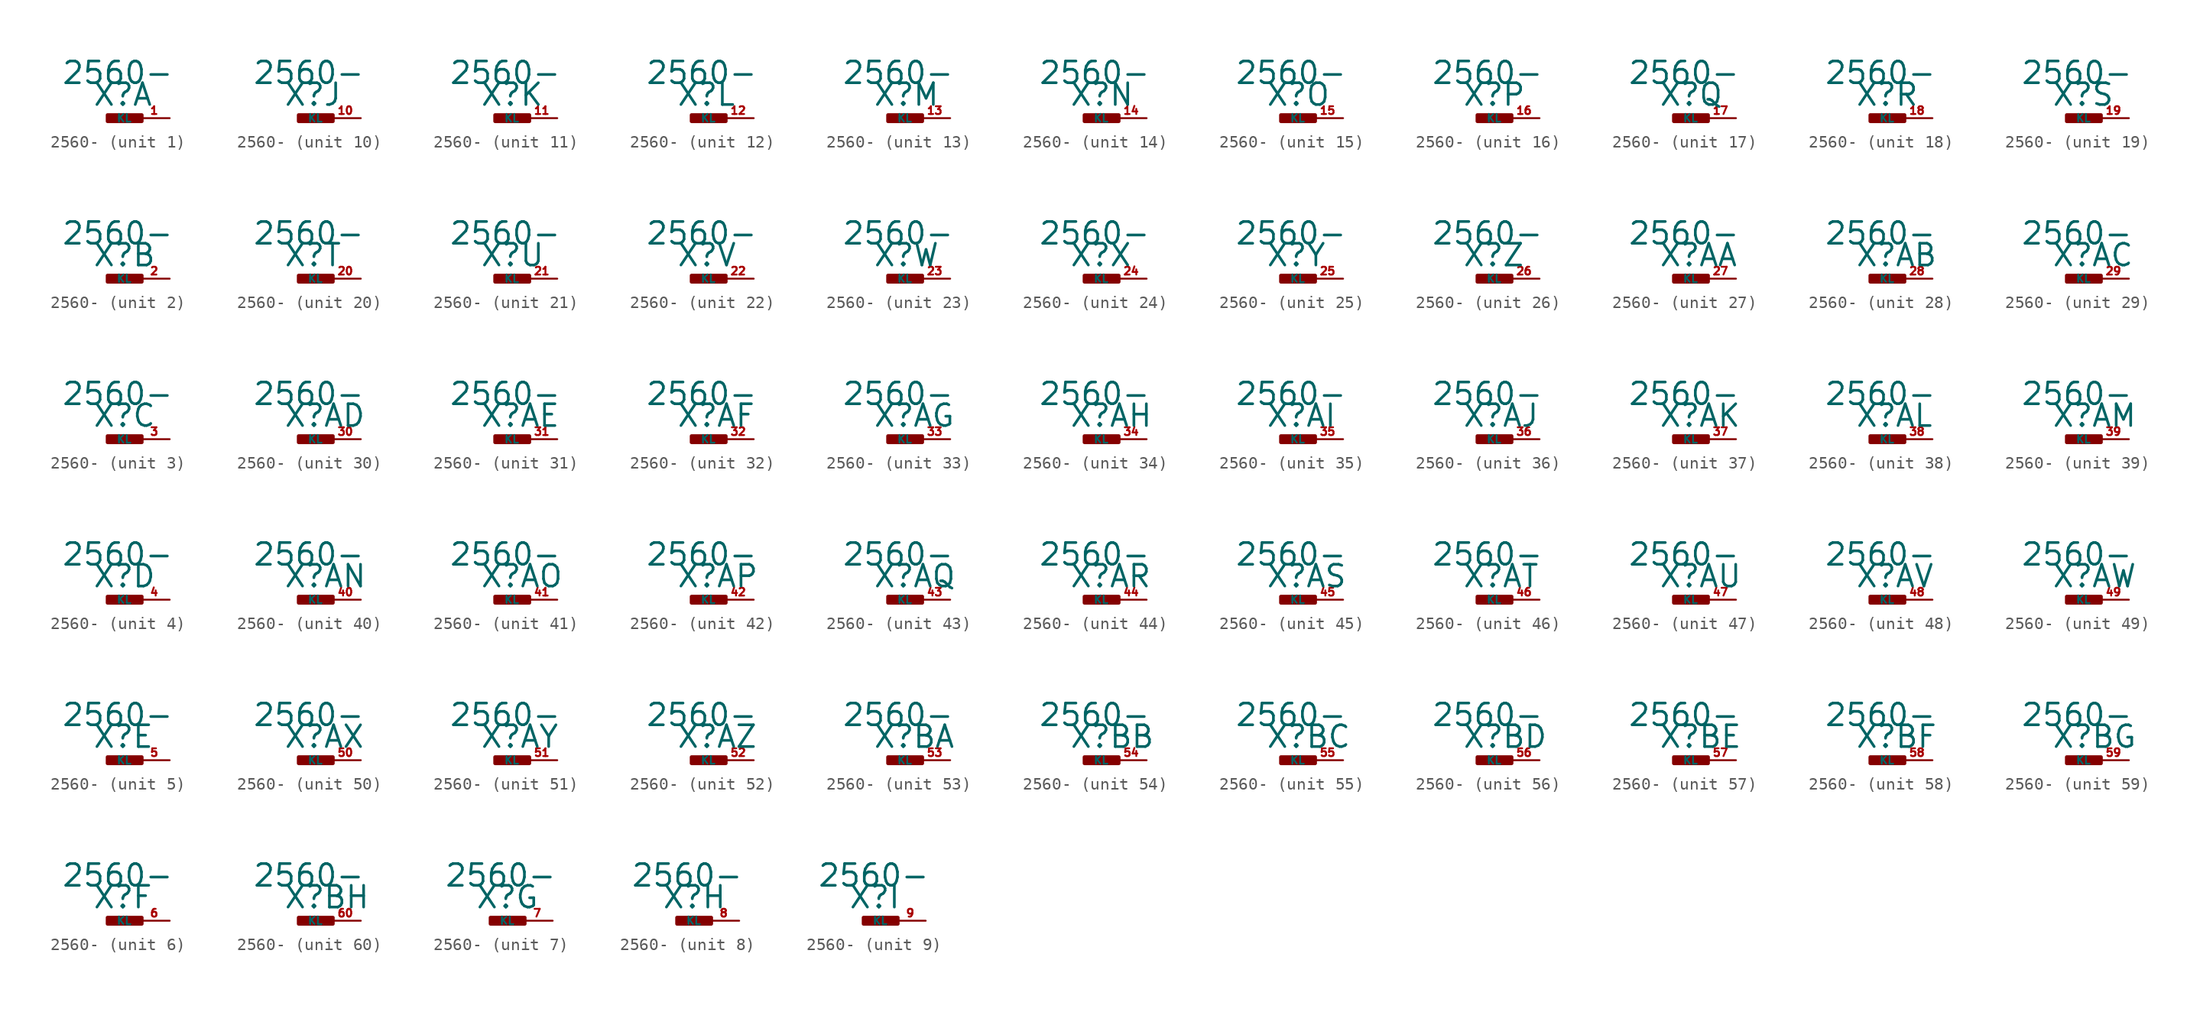
<source format=kicad_sym>
(kicad_symbol_lib
  (version 20220914)
  (generator Eagle2Kicad)
  (symbol "2560-"
    (property "Reference" "X"
      (at -1.27 0.889 0)
      (effects (font (size 1.778 1.778) (thickness 0.22)) (justify left bottom)))
    (property "Value" "2560-"
      (at -3.81 2.667 0)
      (effects (font (size 1.778 1.778) (thickness 0.22)) (justify left bottom)))
    (symbol "2560-_1_0"
      (rectangle (start 0 -0.254) (end 2.794 0.254) (stroke (width 0.3) (type default)) (fill (type outline)))
      (pin passive line (at 5.08 0 180) (length 2.54) (name "KL" (effects (font (size 0.635 0.635) (thickness 0.08)) (justify left bottom))) (number "1" (effects (font (size 0.635 0.635) (thickness 0.08)) (justify left bottom)))))
    (symbol "2560-_2_0"
      (rectangle (start 0 -0.254) (end 2.794 0.254) (stroke (width 0.3) (type default)) (fill (type outline)))
      (pin passive line (at 5.08 0 180) (length 2.54) (name "KL" (effects (font (size 0.635 0.635) (thickness 0.08)) (justify left bottom))) (number "2" (effects (font (size 0.635 0.635) (thickness 0.08)) (justify left bottom)))))
    (symbol "2560-_3_0"
      (rectangle (start 0 -0.254) (end 2.794 0.254) (stroke (width 0.3) (type default)) (fill (type outline)))
      (pin passive line (at 5.08 0 180) (length 2.54) (name "KL" (effects (font (size 0.635 0.635) (thickness 0.08)) (justify left bottom))) (number "3" (effects (font (size 0.635 0.635) (thickness 0.08)) (justify left bottom)))))
    (symbol "2560-_4_0"
      (rectangle (start 0 -0.254) (end 2.794 0.254) (stroke (width 0.3) (type default)) (fill (type outline)))
      (pin passive line (at 5.08 0 180) (length 2.54) (name "KL" (effects (font (size 0.635 0.635) (thickness 0.08)) (justify left bottom))) (number "4" (effects (font (size 0.635 0.635) (thickness 0.08)) (justify left bottom)))))
    (symbol "2560-_5_0"
      (rectangle (start 0 -0.254) (end 2.794 0.254) (stroke (width 0.3) (type default)) (fill (type outline)))
      (pin passive line (at 5.08 0 180) (length 2.54) (name "KL" (effects (font (size 0.635 0.635) (thickness 0.08)) (justify left bottom))) (number "5" (effects (font (size 0.635 0.635) (thickness 0.08)) (justify left bottom)))))
    (symbol "2560-_6_0"
      (rectangle (start 0 -0.254) (end 2.794 0.254) (stroke (width 0.3) (type default)) (fill (type outline)))
      (pin passive line (at 5.08 0 180) (length 2.54) (name "KL" (effects (font (size 0.635 0.635) (thickness 0.08)) (justify left bottom))) (number "6" (effects (font (size 0.635 0.635) (thickness 0.08)) (justify left bottom)))))
    (symbol "2560-_7_0"
      (rectangle (start 0 -0.254) (end 2.794 0.254) (stroke (width 0.3) (type default)) (fill (type outline)))
      (pin passive line (at 5.08 0 180) (length 2.54) (name "KL" (effects (font (size 0.635 0.635) (thickness 0.08)) (justify left bottom))) (number "7" (effects (font (size 0.635 0.635) (thickness 0.08)) (justify left bottom)))))
    (symbol "2560-_8_0"
      (rectangle (start 0 -0.254) (end 2.794 0.254) (stroke (width 0.3) (type default)) (fill (type outline)))
      (pin passive line (at 5.08 0 180) (length 2.54) (name "KL" (effects (font (size 0.635 0.635) (thickness 0.08)) (justify left bottom))) (number "8" (effects (font (size 0.635 0.635) (thickness 0.08)) (justify left bottom)))))
    (symbol "2560-_9_0"
      (rectangle (start 0 -0.254) (end 2.794 0.254) (stroke (width 0.3) (type default)) (fill (type outline)))
      (pin passive line (at 5.08 0 180) (length 2.54) (name "KL" (effects (font (size 0.635 0.635) (thickness 0.08)) (justify left bottom))) (number "9" (effects (font (size 0.635 0.635) (thickness 0.08)) (justify left bottom)))))
    (symbol "2560-_10_0"
      (rectangle (start 0 -0.254) (end 2.794 0.254) (stroke (width 0.3) (type default)) (fill (type outline)))
      (pin passive line (at 5.08 0 180) (length 2.54) (name "KL" (effects (font (size 0.635 0.635) (thickness 0.08)) (justify left bottom))) (number "10" (effects (font (size 0.635 0.635) (thickness 0.08)) (justify left bottom)))))
    (symbol "2560-_11_0"
      (rectangle (start 0 -0.254) (end 2.794 0.254) (stroke (width 0.3) (type default)) (fill (type outline)))
      (pin passive line (at 5.08 0 180) (length 2.54) (name "KL" (effects (font (size 0.635 0.635) (thickness 0.08)) (justify left bottom))) (number "11" (effects (font (size 0.635 0.635) (thickness 0.08)) (justify left bottom)))))
    (symbol "2560-_12_0"
      (rectangle (start 0 -0.254) (end 2.794 0.254) (stroke (width 0.3) (type default)) (fill (type outline)))
      (pin passive line (at 5.08 0 180) (length 2.54) (name "KL" (effects (font (size 0.635 0.635) (thickness 0.08)) (justify left bottom))) (number "12" (effects (font (size 0.635 0.635) (thickness 0.08)) (justify left bottom)))))
    (symbol "2560-_13_0"
      (rectangle (start 0 -0.254) (end 2.794 0.254) (stroke (width 0.3) (type default)) (fill (type outline)))
      (pin passive line (at 5.08 0 180) (length 2.54) (name "KL" (effects (font (size 0.635 0.635) (thickness 0.08)) (justify left bottom))) (number "13" (effects (font (size 0.635 0.635) (thickness 0.08)) (justify left bottom)))))
    (symbol "2560-_14_0"
      (rectangle (start 0 -0.254) (end 2.794 0.254) (stroke (width 0.3) (type default)) (fill (type outline)))
      (pin passive line (at 5.08 0 180) (length 2.54) (name "KL" (effects (font (size 0.635 0.635) (thickness 0.08)) (justify left bottom))) (number "14" (effects (font (size 0.635 0.635) (thickness 0.08)) (justify left bottom)))))
    (symbol "2560-_15_0"
      (rectangle (start 0 -0.254) (end 2.794 0.254) (stroke (width 0.3) (type default)) (fill (type outline)))
      (pin passive line (at 5.08 0 180) (length 2.54) (name "KL" (effects (font (size 0.635 0.635) (thickness 0.08)) (justify left bottom))) (number "15" (effects (font (size 0.635 0.635) (thickness 0.08)) (justify left bottom)))))
    (symbol "2560-_16_0"
      (rectangle (start 0 -0.254) (end 2.794 0.254) (stroke (width 0.3) (type default)) (fill (type outline)))
      (pin passive line (at 5.08 0 180) (length 2.54) (name "KL" (effects (font (size 0.635 0.635) (thickness 0.08)) (justify left bottom))) (number "16" (effects (font (size 0.635 0.635) (thickness 0.08)) (justify left bottom)))))
    (symbol "2560-_17_0"
      (rectangle (start 0 -0.254) (end 2.794 0.254) (stroke (width 0.3) (type default)) (fill (type outline)))
      (pin passive line (at 5.08 0 180) (length 2.54) (name "KL" (effects (font (size 0.635 0.635) (thickness 0.08)) (justify left bottom))) (number "17" (effects (font (size 0.635 0.635) (thickness 0.08)) (justify left bottom)))))
    (symbol "2560-_18_0"
      (rectangle (start 0 -0.254) (end 2.794 0.254) (stroke (width 0.3) (type default)) (fill (type outline)))
      (pin passive line (at 5.08 0 180) (length 2.54) (name "KL" (effects (font (size 0.635 0.635) (thickness 0.08)) (justify left bottom))) (number "18" (effects (font (size 0.635 0.635) (thickness 0.08)) (justify left bottom)))))
    (symbol "2560-_19_0"
      (rectangle (start 0 -0.254) (end 2.794 0.254) (stroke (width 0.3) (type default)) (fill (type outline)))
      (pin passive line (at 5.08 0 180) (length 2.54) (name "KL" (effects (font (size 0.635 0.635) (thickness 0.08)) (justify left bottom))) (number "19" (effects (font (size 0.635 0.635) (thickness 0.08)) (justify left bottom)))))
    (symbol "2560-_20_0"
      (rectangle (start 0 -0.254) (end 2.794 0.254) (stroke (width 0.3) (type default)) (fill (type outline)))
      (pin passive line (at 5.08 0 180) (length 2.54) (name "KL" (effects (font (size 0.635 0.635) (thickness 0.08)) (justify left bottom))) (number "20" (effects (font (size 0.635 0.635) (thickness 0.08)) (justify left bottom)))))
    (symbol "2560-_21_0"
      (rectangle (start 0 -0.254) (end 2.794 0.254) (stroke (width 0.3) (type default)) (fill (type outline)))
      (pin passive line (at 5.08 0 180) (length 2.54) (name "KL" (effects (font (size 0.635 0.635) (thickness 0.08)) (justify left bottom))) (number "21" (effects (font (size 0.635 0.635) (thickness 0.08)) (justify left bottom)))))
    (symbol "2560-_22_0"
      (rectangle (start 0 -0.254) (end 2.794 0.254) (stroke (width 0.3) (type default)) (fill (type outline)))
      (pin passive line (at 5.08 0 180) (length 2.54) (name "KL" (effects (font (size 0.635 0.635) (thickness 0.08)) (justify left bottom))) (number "22" (effects (font (size 0.635 0.635) (thickness 0.08)) (justify left bottom)))))
    (symbol "2560-_23_0"
      (rectangle (start 0 -0.254) (end 2.794 0.254) (stroke (width 0.3) (type default)) (fill (type outline)))
      (pin passive line (at 5.08 0 180) (length 2.54) (name "KL" (effects (font (size 0.635 0.635) (thickness 0.08)) (justify left bottom))) (number "23" (effects (font (size 0.635 0.635) (thickness 0.08)) (justify left bottom)))))
    (symbol "2560-_24_0"
      (rectangle (start 0 -0.254) (end 2.794 0.254) (stroke (width 0.3) (type default)) (fill (type outline)))
      (pin passive line (at 5.08 0 180) (length 2.54) (name "KL" (effects (font (size 0.635 0.635) (thickness 0.08)) (justify left bottom))) (number "24" (effects (font (size 0.635 0.635) (thickness 0.08)) (justify left bottom)))))
    (symbol "2560-_25_0"
      (rectangle (start 0 -0.254) (end 2.794 0.254) (stroke (width 0.3) (type default)) (fill (type outline)))
      (pin passive line (at 5.08 0 180) (length 2.54) (name "KL" (effects (font (size 0.635 0.635) (thickness 0.08)) (justify left bottom))) (number "25" (effects (font (size 0.635 0.635) (thickness 0.08)) (justify left bottom)))))
    (symbol "2560-_26_0"
      (rectangle (start 0 -0.254) (end 2.794 0.254) (stroke (width 0.3) (type default)) (fill (type outline)))
      (pin passive line (at 5.08 0 180) (length 2.54) (name "KL" (effects (font (size 0.635 0.635) (thickness 0.08)) (justify left bottom))) (number "26" (effects (font (size 0.635 0.635) (thickness 0.08)) (justify left bottom)))))
    (symbol "2560-_27_0"
      (rectangle (start 0 -0.254) (end 2.794 0.254) (stroke (width 0.3) (type default)) (fill (type outline)))
      (pin passive line (at 5.08 0 180) (length 2.54) (name "KL" (effects (font (size 0.635 0.635) (thickness 0.08)) (justify left bottom))) (number "27" (effects (font (size 0.635 0.635) (thickness 0.08)) (justify left bottom)))))
    (symbol "2560-_28_0"
      (rectangle (start 0 -0.254) (end 2.794 0.254) (stroke (width 0.3) (type default)) (fill (type outline)))
      (pin passive line (at 5.08 0 180) (length 2.54) (name "KL" (effects (font (size 0.635 0.635) (thickness 0.08)) (justify left bottom))) (number "28" (effects (font (size 0.635 0.635) (thickness 0.08)) (justify left bottom)))))
    (symbol "2560-_29_0"
      (rectangle (start 0 -0.254) (end 2.794 0.254) (stroke (width 0.3) (type default)) (fill (type outline)))
      (pin passive line (at 5.08 0 180) (length 2.54) (name "KL" (effects (font (size 0.635 0.635) (thickness 0.08)) (justify left bottom))) (number "29" (effects (font (size 0.635 0.635) (thickness 0.08)) (justify left bottom)))))
    (symbol "2560-_30_0"
      (rectangle (start 0 -0.254) (end 2.794 0.254) (stroke (width 0.3) (type default)) (fill (type outline)))
      (pin passive line (at 5.08 0 180) (length 2.54) (name "KL" (effects (font (size 0.635 0.635) (thickness 0.08)) (justify left bottom))) (number "30" (effects (font (size 0.635 0.635) (thickness 0.08)) (justify left bottom)))))
    (symbol "2560-_31_0"
      (rectangle (start 0 -0.254) (end 2.794 0.254) (stroke (width 0.3) (type default)) (fill (type outline)))
      (pin passive line (at 5.08 0 180) (length 2.54) (name "KL" (effects (font (size 0.635 0.635) (thickness 0.08)) (justify left bottom))) (number "31" (effects (font (size 0.635 0.635) (thickness 0.08)) (justify left bottom)))))
    (symbol "2560-_32_0"
      (rectangle (start 0 -0.254) (end 2.794 0.254) (stroke (width 0.3) (type default)) (fill (type outline)))
      (pin passive line (at 5.08 0 180) (length 2.54) (name "KL" (effects (font (size 0.635 0.635) (thickness 0.08)) (justify left bottom))) (number "32" (effects (font (size 0.635 0.635) (thickness 0.08)) (justify left bottom)))))
    (symbol "2560-_33_0"
      (rectangle (start 0 -0.254) (end 2.794 0.254) (stroke (width 0.3) (type default)) (fill (type outline)))
      (pin passive line (at 5.08 0 180) (length 2.54) (name "KL" (effects (font (size 0.635 0.635) (thickness 0.08)) (justify left bottom))) (number "33" (effects (font (size 0.635 0.635) (thickness 0.08)) (justify left bottom)))))
    (symbol "2560-_34_0"
      (rectangle (start 0 -0.254) (end 2.794 0.254) (stroke (width 0.3) (type default)) (fill (type outline)))
      (pin passive line (at 5.08 0 180) (length 2.54) (name "KL" (effects (font (size 0.635 0.635) (thickness 0.08)) (justify left bottom))) (number "34" (effects (font (size 0.635 0.635) (thickness 0.08)) (justify left bottom)))))
    (symbol "2560-_35_0"
      (rectangle (start 0 -0.254) (end 2.794 0.254) (stroke (width 0.3) (type default)) (fill (type outline)))
      (pin passive line (at 5.08 0 180) (length 2.54) (name "KL" (effects (font (size 0.635 0.635) (thickness 0.08)) (justify left bottom))) (number "35" (effects (font (size 0.635 0.635) (thickness 0.08)) (justify left bottom)))))
    (symbol "2560-_36_0"
      (rectangle (start 0 -0.254) (end 2.794 0.254) (stroke (width 0.3) (type default)) (fill (type outline)))
      (pin passive line (at 5.08 0 180) (length 2.54) (name "KL" (effects (font (size 0.635 0.635) (thickness 0.08)) (justify left bottom))) (number "36" (effects (font (size 0.635 0.635) (thickness 0.08)) (justify left bottom)))))
    (symbol "2560-_37_0"
      (rectangle (start 0 -0.254) (end 2.794 0.254) (stroke (width 0.3) (type default)) (fill (type outline)))
      (pin passive line (at 5.08 0 180) (length 2.54) (name "KL" (effects (font (size 0.635 0.635) (thickness 0.08)) (justify left bottom))) (number "37" (effects (font (size 0.635 0.635) (thickness 0.08)) (justify left bottom)))))
    (symbol "2560-_38_0"
      (rectangle (start 0 -0.254) (end 2.794 0.254) (stroke (width 0.3) (type default)) (fill (type outline)))
      (pin passive line (at 5.08 0 180) (length 2.54) (name "KL" (effects (font (size 0.635 0.635) (thickness 0.08)) (justify left bottom))) (number "38" (effects (font (size 0.635 0.635) (thickness 0.08)) (justify left bottom)))))
    (symbol "2560-_39_0"
      (rectangle (start 0 -0.254) (end 2.794 0.254) (stroke (width 0.3) (type default)) (fill (type outline)))
      (pin passive line (at 5.08 0 180) (length 2.54) (name "KL" (effects (font (size 0.635 0.635) (thickness 0.08)) (justify left bottom))) (number "39" (effects (font (size 0.635 0.635) (thickness 0.08)) (justify left bottom)))))
    (symbol "2560-_40_0"
      (rectangle (start 0 -0.254) (end 2.794 0.254) (stroke (width 0.3) (type default)) (fill (type outline)))
      (pin passive line (at 5.08 0 180) (length 2.54) (name "KL" (effects (font (size 0.635 0.635) (thickness 0.08)) (justify left bottom))) (number "40" (effects (font (size 0.635 0.635) (thickness 0.08)) (justify left bottom)))))
    (symbol "2560-_41_0"
      (rectangle (start 0 -0.254) (end 2.794 0.254) (stroke (width 0.3) (type default)) (fill (type outline)))
      (pin passive line (at 5.08 0 180) (length 2.54) (name "KL" (effects (font (size 0.635 0.635) (thickness 0.08)) (justify left bottom))) (number "41" (effects (font (size 0.635 0.635) (thickness 0.08)) (justify left bottom)))))
    (symbol "2560-_42_0"
      (rectangle (start 0 -0.254) (end 2.794 0.254) (stroke (width 0.3) (type default)) (fill (type outline)))
      (pin passive line (at 5.08 0 180) (length 2.54) (name "KL" (effects (font (size 0.635 0.635) (thickness 0.08)) (justify left bottom))) (number "42" (effects (font (size 0.635 0.635) (thickness 0.08)) (justify left bottom)))))
    (symbol "2560-_43_0"
      (rectangle (start 0 -0.254) (end 2.794 0.254) (stroke (width 0.3) (type default)) (fill (type outline)))
      (pin passive line (at 5.08 0 180) (length 2.54) (name "KL" (effects (font (size 0.635 0.635) (thickness 0.08)) (justify left bottom))) (number "43" (effects (font (size 0.635 0.635) (thickness 0.08)) (justify left bottom)))))
    (symbol "2560-_44_0"
      (rectangle (start 0 -0.254) (end 2.794 0.254) (stroke (width 0.3) (type default)) (fill (type outline)))
      (pin passive line (at 5.08 0 180) (length 2.54) (name "KL" (effects (font (size 0.635 0.635) (thickness 0.08)) (justify left bottom))) (number "44" (effects (font (size 0.635 0.635) (thickness 0.08)) (justify left bottom)))))
    (symbol "2560-_45_0"
      (rectangle (start 0 -0.254) (end 2.794 0.254) (stroke (width 0.3) (type default)) (fill (type outline)))
      (pin passive line (at 5.08 0 180) (length 2.54) (name "KL" (effects (font (size 0.635 0.635) (thickness 0.08)) (justify left bottom))) (number "45" (effects (font (size 0.635 0.635) (thickness 0.08)) (justify left bottom)))))
    (symbol "2560-_46_0"
      (rectangle (start 0 -0.254) (end 2.794 0.254) (stroke (width 0.3) (type default)) (fill (type outline)))
      (pin passive line (at 5.08 0 180) (length 2.54) (name "KL" (effects (font (size 0.635 0.635) (thickness 0.08)) (justify left bottom))) (number "46" (effects (font (size 0.635 0.635) (thickness 0.08)) (justify left bottom)))))
    (symbol "2560-_47_0"
      (rectangle (start 0 -0.254) (end 2.794 0.254) (stroke (width 0.3) (type default)) (fill (type outline)))
      (pin passive line (at 5.08 0 180) (length 2.54) (name "KL" (effects (font (size 0.635 0.635) (thickness 0.08)) (justify left bottom))) (number "47" (effects (font (size 0.635 0.635) (thickness 0.08)) (justify left bottom)))))
    (symbol "2560-_48_0"
      (rectangle (start 0 -0.254) (end 2.794 0.254) (stroke (width 0.3) (type default)) (fill (type outline)))
      (pin passive line (at 5.08 0 180) (length 2.54) (name "KL" (effects (font (size 0.635 0.635) (thickness 0.08)) (justify left bottom))) (number "48" (effects (font (size 0.635 0.635) (thickness 0.08)) (justify left bottom)))))
    (symbol "2560-_49_0"
      (rectangle (start 0 -0.254) (end 2.794 0.254) (stroke (width 0.3) (type default)) (fill (type outline)))
      (pin passive line (at 5.08 0 180) (length 2.54) (name "KL" (effects (font (size 0.635 0.635) (thickness 0.08)) (justify left bottom))) (number "49" (effects (font (size 0.635 0.635) (thickness 0.08)) (justify left bottom)))))
    (symbol "2560-_50_0"
      (rectangle (start 0 -0.254) (end 2.794 0.254) (stroke (width 0.3) (type default)) (fill (type outline)))
      (pin passive line (at 5.08 0 180) (length 2.54) (name "KL" (effects (font (size 0.635 0.635) (thickness 0.08)) (justify left bottom))) (number "50" (effects (font (size 0.635 0.635) (thickness 0.08)) (justify left bottom)))))
    (symbol "2560-_51_0"
      (rectangle (start 0 -0.254) (end 2.794 0.254) (stroke (width 0.3) (type default)) (fill (type outline)))
      (pin passive line (at 5.08 0 180) (length 2.54) (name "KL" (effects (font (size 0.635 0.635) (thickness 0.08)) (justify left bottom))) (number "51" (effects (font (size 0.635 0.635) (thickness 0.08)) (justify left bottom)))))
    (symbol "2560-_52_0"
      (rectangle (start 0 -0.254) (end 2.794 0.254) (stroke (width 0.3) (type default)) (fill (type outline)))
      (pin passive line (at 5.08 0 180) (length 2.54) (name "KL" (effects (font (size 0.635 0.635) (thickness 0.08)) (justify left bottom))) (number "52" (effects (font (size 0.635 0.635) (thickness 0.08)) (justify left bottom)))))
    (symbol "2560-_53_0"
      (rectangle (start 0 -0.254) (end 2.794 0.254) (stroke (width 0.3) (type default)) (fill (type outline)))
      (pin passive line (at 5.08 0 180) (length 2.54) (name "KL" (effects (font (size 0.635 0.635) (thickness 0.08)) (justify left bottom))) (number "53" (effects (font (size 0.635 0.635) (thickness 0.08)) (justify left bottom)))))
    (symbol "2560-_54_0"
      (rectangle (start 0 -0.254) (end 2.794 0.254) (stroke (width 0.3) (type default)) (fill (type outline)))
      (pin passive line (at 5.08 0 180) (length 2.54) (name "KL" (effects (font (size 0.635 0.635) (thickness 0.08)) (justify left bottom))) (number "54" (effects (font (size 0.635 0.635) (thickness 0.08)) (justify left bottom)))))
    (symbol "2560-_55_0"
      (rectangle (start 0 -0.254) (end 2.794 0.254) (stroke (width 0.3) (type default)) (fill (type outline)))
      (pin passive line (at 5.08 0 180) (length 2.54) (name "KL" (effects (font (size 0.635 0.635) (thickness 0.08)) (justify left bottom))) (number "55" (effects (font (size 0.635 0.635) (thickness 0.08)) (justify left bottom)))))
    (symbol "2560-_56_0"
      (rectangle (start 0 -0.254) (end 2.794 0.254) (stroke (width 0.3) (type default)) (fill (type outline)))
      (pin passive line (at 5.08 0 180) (length 2.54) (name "KL" (effects (font (size 0.635 0.635) (thickness 0.08)) (justify left bottom))) (number "56" (effects (font (size 0.635 0.635) (thickness 0.08)) (justify left bottom)))))
    (symbol "2560-_57_0"
      (rectangle (start 0 -0.254) (end 2.794 0.254) (stroke (width 0.3) (type default)) (fill (type outline)))
      (pin passive line (at 5.08 0 180) (length 2.54) (name "KL" (effects (font (size 0.635 0.635) (thickness 0.08)) (justify left bottom))) (number "57" (effects (font (size 0.635 0.635) (thickness 0.08)) (justify left bottom)))))
    (symbol "2560-_58_0"
      (rectangle (start 0 -0.254) (end 2.794 0.254) (stroke (width 0.3) (type default)) (fill (type outline)))
      (pin passive line (at 5.08 0 180) (length 2.54) (name "KL" (effects (font (size 0.635 0.635) (thickness 0.08)) (justify left bottom))) (number "58" (effects (font (size 0.635 0.635) (thickness 0.08)) (justify left bottom)))))
    (symbol "2560-_59_0"
      (rectangle (start 0 -0.254) (end 2.794 0.254) (stroke (width 0.3) (type default)) (fill (type outline)))
      (pin passive line (at 5.08 0 180) (length 2.54) (name "KL" (effects (font (size 0.635 0.635) (thickness 0.08)) (justify left bottom))) (number "59" (effects (font (size 0.635 0.635) (thickness 0.08)) (justify left bottom)))))
    (symbol "2560-_60_0"
      (rectangle (start 0 -0.254) (end 2.794 0.254) (stroke (width 0.3) (type default)) (fill (type outline)))
      (pin passive line (at 5.08 0 180) (length 2.54) (name "KL" (effects (font (size 0.635 0.635) (thickness 0.08)) (justify left bottom))) (number "60" (effects (font (size 0.635 0.635) (thickness 0.08)) (justify left bottom)))))))
</source>
